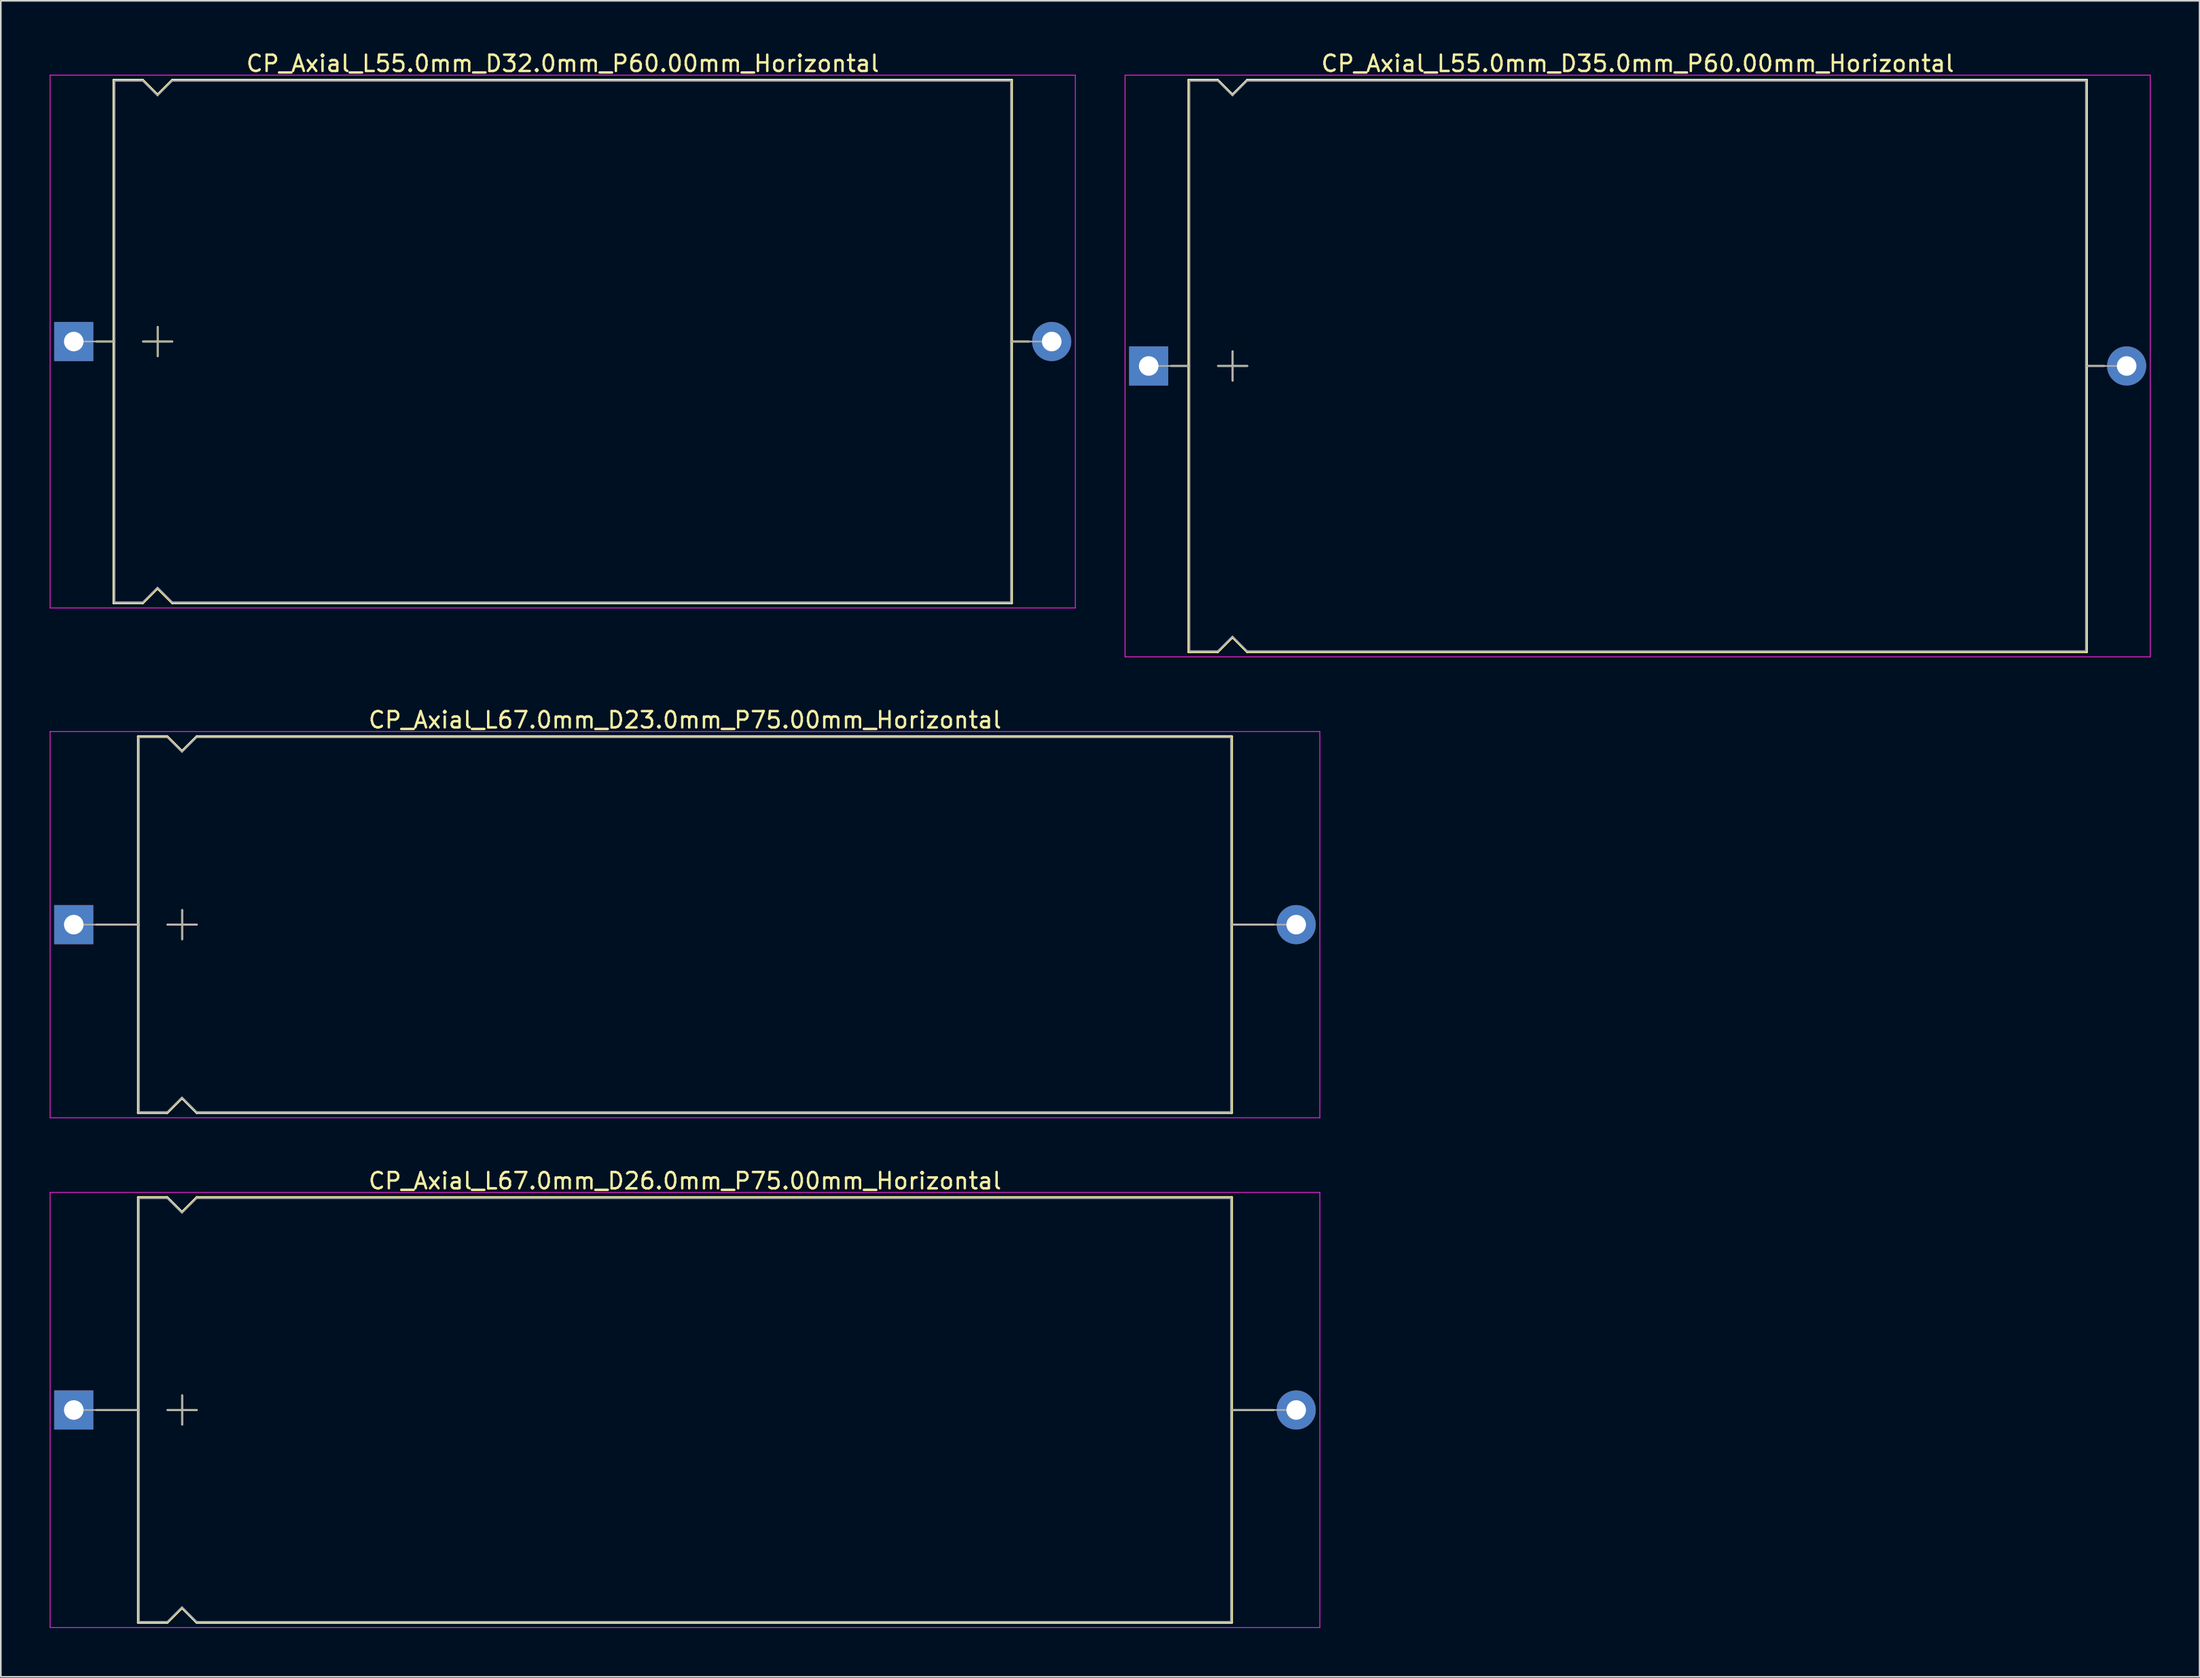
<source format=kicad_pcb>
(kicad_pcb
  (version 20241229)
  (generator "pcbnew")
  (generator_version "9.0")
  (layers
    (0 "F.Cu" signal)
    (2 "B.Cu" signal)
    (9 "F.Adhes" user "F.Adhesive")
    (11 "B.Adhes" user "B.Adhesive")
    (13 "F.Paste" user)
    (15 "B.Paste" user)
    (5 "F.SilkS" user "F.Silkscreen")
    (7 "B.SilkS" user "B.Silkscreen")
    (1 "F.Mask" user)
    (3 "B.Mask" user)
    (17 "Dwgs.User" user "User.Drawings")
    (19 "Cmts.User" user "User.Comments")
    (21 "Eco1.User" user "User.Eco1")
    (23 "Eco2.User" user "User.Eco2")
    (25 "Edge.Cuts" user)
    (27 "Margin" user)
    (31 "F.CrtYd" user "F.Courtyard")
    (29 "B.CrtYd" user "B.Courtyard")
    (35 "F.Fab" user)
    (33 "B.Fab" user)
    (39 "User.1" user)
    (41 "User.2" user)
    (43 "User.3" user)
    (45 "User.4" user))
  (footprint "CP_Axial_L67.0mm_D26.0mm_P75.00mm_Horizontal"
    (layer "F.Cu")
    (at 1.475 83.475)
    (property "Reference" "CP_Axial_L67.0mm_D26.0mm_P75.00mm_Horizontal" (at 37.5 -14.06 0) (layer "F.SilkS") (effects (font (size 1 1) (thickness 0.15))))
    (attr through_hole)
    (fp_line (start 1.38 0) (end 3.94 0) (stroke (width 0.12) (type solid)) (layer "F.SilkS"))
    (fp_line (start 3.94 -13.06) (end 3.94 13.06) (stroke (width 0.12) (type solid)) (layer "F.SilkS"))
    (fp_line (start 3.94 -13.06) (end 5.74 -13.06) (stroke (width 0.12) (type solid)) (layer "F.SilkS"))
    (fp_line (start 3.94 13.06) (end 5.74 13.06) (stroke (width 0.12) (type solid)) (layer "F.SilkS"))
    (fp_line (start 5.74 -13.06) (end 6.64 -12.16) (stroke (width 0.12) (type solid)) (layer "F.SilkS"))
    (fp_line (start 5.74 13.06) (end 6.64 12.16) (stroke (width 0.12) (type solid)) (layer "F.SilkS"))
    (fp_line (start 5.75 0) (end 7.55 0) (stroke (width 0.12) (type solid)) (layer "F.SilkS"))
    (fp_line (start 6.64 -12.16) (end 7.54 -13.06) (stroke (width 0.12) (type solid)) (layer "F.SilkS"))
    (fp_line (start 6.64 12.16) (end 7.54 13.06) (stroke (width 0.12) (type solid)) (layer "F.SilkS"))
    (fp_line (start 6.65 -0.9) (end 6.65 0.9) (stroke (width 0.12) (type solid)) (layer "F.SilkS"))
    (fp_line (start 7.54 -13.06) (end 71.06 -13.06) (stroke (width 0.12) (type solid)) (layer "F.SilkS"))
    (fp_line (start 7.54 13.06) (end 71.06 13.06) (stroke (width 0.12) (type solid)) (layer "F.SilkS"))
    (fp_line (start 71.06 -13.06) (end 71.06 13.06) (stroke (width 0.12) (type solid)) (layer "F.SilkS"))
    (fp_line (start 73.62 0) (end 71.06 0) (stroke (width 0.12) (type solid)) (layer "F.SilkS"))
    (fp_line (start -1.45 -13.35) (end -1.45 13.35) (stroke (width 0.05) (type solid)) (layer "F.CrtYd"))
    (fp_line (start -1.45 13.35) (end 76.45 13.35) (stroke (width 0.05) (type solid)) (layer "F.CrtYd"))
    (fp_line (start 76.45 -13.35) (end -1.45 -13.35) (stroke (width 0.05) (type solid)) (layer "F.CrtYd"))
    (fp_line (start 76.45 13.35) (end 76.45 -13.35) (stroke (width 0.05) (type solid)) (layer "F.CrtYd"))
    (fp_line (start 0 0) (end 4 0) (stroke (width 0.1) (type solid)) (layer "F.Fab"))
    (fp_line (start 4 -13) (end 4 13) (stroke (width 0.1) (type solid)) (layer "F.Fab"))
    (fp_line (start 4 -13) (end 5.74 -13) (stroke (width 0.1) (type solid)) (layer "F.Fab"))
    (fp_line (start 4 13) (end 5.74 13) (stroke (width 0.1) (type solid)) (layer "F.Fab"))
    (fp_line (start 5.74 -13) (end 6.64 -12.1) (stroke (width 0.1) (type solid)) (layer "F.Fab"))
    (fp_line (start 5.74 13) (end 6.64 12.1) (stroke (width 0.1) (type solid)) (layer "F.Fab"))
    (fp_line (start 5.75 0) (end 7.55 0) (stroke (width 0.1) (type solid)) (layer "F.Fab"))
    (fp_line (start 6.64 -12.1) (end 7.54 -13) (stroke (width 0.1) (type solid)) (layer "F.Fab"))
    (fp_line (start 6.64 12.1) (end 7.54 13) (stroke (width 0.1) (type solid)) (layer "F.Fab"))
    (fp_line (start 6.65 -0.9) (end 6.65 0.9) (stroke (width 0.1) (type solid)) (layer "F.Fab"))
    (fp_line (start 7.54 -13) (end 71 -13) (stroke (width 0.1) (type solid)) (layer "F.Fab"))
    (fp_line (start 7.54 13) (end 71 13) (stroke (width 0.1) (type solid)) (layer "F.Fab"))
    (fp_line (start 71 -13) (end 71 13) (stroke (width 0.1) (type solid)) (layer "F.Fab"))
    (fp_line (start 75 0) (end 71 0) (stroke (width 0.1) (type solid)) (layer "F.Fab"))
    (pad "1" thru_hole rect (at 0 0) (size 2.4 2.4) (drill 1.2) (layers "*.Cu" "*.Mask"))
    (pad "2" thru_hole oval (at 75 0) (size 2.4 2.4) (drill 1.2) (layers "*.Cu" "*.Mask")))
  (footprint "CP_Axial_L67.0mm_D23.0mm_P75.00mm_Horizontal"
    (layer "F.Cu")
    (at 1.475 53.691)
    (property "Reference" "CP_Axial_L67.0mm_D23.0mm_P75.00mm_Horizontal" (at 37.5 -12.56 0) (layer "F.SilkS") (effects (font (size 1 1) (thickness 0.15))))
    (attr through_hole)
    (fp_line (start 1.38 0) (end 3.94 0) (stroke (width 0.12) (type solid)) (layer "F.SilkS"))
    (fp_line (start 3.94 -11.56) (end 3.94 11.56) (stroke (width 0.12) (type solid)) (layer "F.SilkS"))
    (fp_line (start 3.94 -11.56) (end 5.74 -11.56) (stroke (width 0.12) (type solid)) (layer "F.SilkS"))
    (fp_line (start 3.94 11.56) (end 5.74 11.56) (stroke (width 0.12) (type solid)) (layer "F.SilkS"))
    (fp_line (start 5.74 -11.56) (end 6.64 -10.66) (stroke (width 0.12) (type solid)) (layer "F.SilkS"))
    (fp_line (start 5.74 11.56) (end 6.64 10.66) (stroke (width 0.12) (type solid)) (layer "F.SilkS"))
    (fp_line (start 5.75 0) (end 7.55 0) (stroke (width 0.12) (type solid)) (layer "F.SilkS"))
    (fp_line (start 6.64 -10.66) (end 7.54 -11.56) (stroke (width 0.12) (type solid)) (layer "F.SilkS"))
    (fp_line (start 6.64 10.66) (end 7.54 11.56) (stroke (width 0.12) (type solid)) (layer "F.SilkS"))
    (fp_line (start 6.65 -0.9) (end 6.65 0.9) (stroke (width 0.12) (type solid)) (layer "F.SilkS"))
    (fp_line (start 7.54 -11.56) (end 71.06 -11.56) (stroke (width 0.12) (type solid)) (layer "F.SilkS"))
    (fp_line (start 7.54 11.56) (end 71.06 11.56) (stroke (width 0.12) (type solid)) (layer "F.SilkS"))
    (fp_line (start 71.06 -11.56) (end 71.06 11.56) (stroke (width 0.12) (type solid)) (layer "F.SilkS"))
    (fp_line (start 73.62 0) (end 71.06 0) (stroke (width 0.12) (type solid)) (layer "F.SilkS"))
    (fp_line (start -1.45 -11.85) (end -1.45 11.85) (stroke (width 0.05) (type solid)) (layer "F.CrtYd"))
    (fp_line (start -1.45 11.85) (end 76.45 11.85) (stroke (width 0.05) (type solid)) (layer "F.CrtYd"))
    (fp_line (start 76.45 -11.85) (end -1.45 -11.85) (stroke (width 0.05) (type solid)) (layer "F.CrtYd"))
    (fp_line (start 76.45 11.85) (end 76.45 -11.85) (stroke (width 0.05) (type solid)) (layer "F.CrtYd"))
    (fp_line (start 0 0) (end 4 0) (stroke (width 0.1) (type solid)) (layer "F.Fab"))
    (fp_line (start 4 -11.5) (end 4 11.5) (stroke (width 0.1) (type solid)) (layer "F.Fab"))
    (fp_line (start 4 -11.5) (end 5.74 -11.5) (stroke (width 0.1) (type solid)) (layer "F.Fab"))
    (fp_line (start 4 11.5) (end 5.74 11.5) (stroke (width 0.1) (type solid)) (layer "F.Fab"))
    (fp_line (start 5.74 -11.5) (end 6.64 -10.6) (stroke (width 0.1) (type solid)) (layer "F.Fab"))
    (fp_line (start 5.74 11.5) (end 6.64 10.6) (stroke (width 0.1) (type solid)) (layer "F.Fab"))
    (fp_line (start 5.75 0) (end 7.55 0) (stroke (width 0.1) (type solid)) (layer "F.Fab"))
    (fp_line (start 6.64 -10.6) (end 7.54 -11.5) (stroke (width 0.1) (type solid)) (layer "F.Fab"))
    (fp_line (start 6.64 10.6) (end 7.54 11.5) (stroke (width 0.1) (type solid)) (layer "F.Fab"))
    (fp_line (start 6.65 -0.9) (end 6.65 0.9) (stroke (width 0.1) (type solid)) (layer "F.Fab"))
    (fp_line (start 7.54 -11.5) (end 71 -11.5) (stroke (width 0.1) (type solid)) (layer "F.Fab"))
    (fp_line (start 7.54 11.5) (end 71 11.5) (stroke (width 0.1) (type solid)) (layer "F.Fab"))
    (fp_line (start 71 -11.5) (end 71 11.5) (stroke (width 0.1) (type solid)) (layer "F.Fab"))
    (fp_line (start 75 0) (end 71 0) (stroke (width 0.1) (type solid)) (layer "F.Fab"))
    (pad "1" thru_hole rect (at 0 0) (size 2.4 2.4) (drill 1.2) (layers "*.Cu" "*.Mask"))
    (pad "2" thru_hole oval (at 75 0) (size 2.4 2.4) (drill 1.2) (layers "*.Cu" "*.Mask")))
  (footprint "CP_Axial_L55.0mm_D35.0mm_P60.00mm_Horizontal"
    (layer "F.Cu")
    (at 67.425 19.408)
    (property "Reference" "CP_Axial_L55.0mm_D35.0mm_P60.00mm_Horizontal" (at 30 -18.56 0) (layer "F.SilkS") (effects (font (size 1 1) (thickness 0.15))))
    (attr through_hole)
    (fp_line (start 1.38 0) (end 2.44 0) (stroke (width 0.12) (type solid)) (layer "F.SilkS"))
    (fp_line (start 2.44 -17.56) (end 2.44 17.56) (stroke (width 0.12) (type solid)) (layer "F.SilkS"))
    (fp_line (start 2.44 -17.56) (end 4.24 -17.56) (stroke (width 0.12) (type solid)) (layer "F.SilkS"))
    (fp_line (start 2.44 17.56) (end 4.24 17.56) (stroke (width 0.12) (type solid)) (layer "F.SilkS"))
    (fp_line (start 4.24 -17.56) (end 5.14 -16.66) (stroke (width 0.12) (type solid)) (layer "F.SilkS"))
    (fp_line (start 4.24 17.56) (end 5.14 16.66) (stroke (width 0.12) (type solid)) (layer "F.SilkS"))
    (fp_line (start 4.25 0) (end 6.05 0) (stroke (width 0.12) (type solid)) (layer "F.SilkS"))
    (fp_line (start 5.14 -16.66) (end 6.04 -17.56) (stroke (width 0.12) (type solid)) (layer "F.SilkS"))
    (fp_line (start 5.14 16.66) (end 6.04 17.56) (stroke (width 0.12) (type solid)) (layer "F.SilkS"))
    (fp_line (start 5.15 -0.9) (end 5.15 0.9) (stroke (width 0.12) (type solid)) (layer "F.SilkS"))
    (fp_line (start 6.04 -17.56) (end 57.56 -17.56) (stroke (width 0.12) (type solid)) (layer "F.SilkS"))
    (fp_line (start 6.04 17.56) (end 57.56 17.56) (stroke (width 0.12) (type solid)) (layer "F.SilkS"))
    (fp_line (start 57.56 -17.56) (end 57.56 17.56) (stroke (width 0.12) (type solid)) (layer "F.SilkS"))
    (fp_line (start 58.62 0) (end 57.56 0) (stroke (width 0.12) (type solid)) (layer "F.SilkS"))
    (fp_line (start -1.45 -17.85) (end -1.45 17.85) (stroke (width 0.05) (type solid)) (layer "F.CrtYd"))
    (fp_line (start -1.45 17.85) (end 61.45 17.85) (stroke (width 0.05) (type solid)) (layer "F.CrtYd"))
    (fp_line (start 61.45 -17.85) (end -1.45 -17.85) (stroke (width 0.05) (type solid)) (layer "F.CrtYd"))
    (fp_line (start 61.45 17.85) (end 61.45 -17.85) (stroke (width 0.05) (type solid)) (layer "F.CrtYd"))
    (fp_line (start 0 0) (end 2.5 0) (stroke (width 0.1) (type solid)) (layer "F.Fab"))
    (fp_line (start 2.5 -17.5) (end 2.5 17.5) (stroke (width 0.1) (type solid)) (layer "F.Fab"))
    (fp_line (start 2.5 -17.5) (end 4.24 -17.5) (stroke (width 0.1) (type solid)) (layer "F.Fab"))
    (fp_line (start 2.5 17.5) (end 4.24 17.5) (stroke (width 0.1) (type solid)) (layer "F.Fab"))
    (fp_line (start 4.24 -17.5) (end 5.14 -16.6) (stroke (width 0.1) (type solid)) (layer "F.Fab"))
    (fp_line (start 4.24 17.5) (end 5.14 16.6) (stroke (width 0.1) (type solid)) (layer "F.Fab"))
    (fp_line (start 4.25 0) (end 6.05 0) (stroke (width 0.1) (type solid)) (layer "F.Fab"))
    (fp_line (start 5.14 -16.6) (end 6.04 -17.5) (stroke (width 0.1) (type solid)) (layer "F.Fab"))
    (fp_line (start 5.14 16.6) (end 6.04 17.5) (stroke (width 0.1) (type solid)) (layer "F.Fab"))
    (fp_line (start 5.15 -0.9) (end 5.15 0.9) (stroke (width 0.1) (type solid)) (layer "F.Fab"))
    (fp_line (start 6.04 -17.5) (end 57.5 -17.5) (stroke (width 0.1) (type solid)) (layer "F.Fab"))
    (fp_line (start 6.04 17.5) (end 57.5 17.5) (stroke (width 0.1) (type solid)) (layer "F.Fab"))
    (fp_line (start 57.5 -17.5) (end 57.5 17.5) (stroke (width 0.1) (type solid)) (layer "F.Fab"))
    (fp_line (start 60 0) (end 57.5 0) (stroke (width 0.1) (type solid)) (layer "F.Fab"))
    (pad "1" thru_hole rect (at 0 0) (size 2.4 2.4) (drill 1.2) (layers "*.Cu" "*.Mask"))
    (pad "2" thru_hole oval (at 60 0) (size 2.4 2.4) (drill 1.2) (layers "*.Cu" "*.Mask")))
  (footprint "CP_Axial_L55.0mm_D32.0mm_P60.00mm_Horizontal"
    (layer "F.Cu")
    (at 1.475 17.908)
    (property "Reference" "CP_Axial_L55.0mm_D32.0mm_P60.00mm_Horizontal" (at 30 -17.06 0) (layer "F.SilkS") (effects (font (size 1 1) (thickness 0.15))))
    (attr through_hole)
    (fp_line (start 1.38 0) (end 2.44 0) (stroke (width 0.12) (type solid)) (layer "F.SilkS"))
    (fp_line (start 2.44 -16.06) (end 2.44 16.06) (stroke (width 0.12) (type solid)) (layer "F.SilkS"))
    (fp_line (start 2.44 -16.06) (end 4.24 -16.06) (stroke (width 0.12) (type solid)) (layer "F.SilkS"))
    (fp_line (start 2.44 16.06) (end 4.24 16.06) (stroke (width 0.12) (type solid)) (layer "F.SilkS"))
    (fp_line (start 4.24 -16.06) (end 5.14 -15.16) (stroke (width 0.12) (type solid)) (layer "F.SilkS"))
    (fp_line (start 4.24 16.06) (end 5.14 15.16) (stroke (width 0.12) (type solid)) (layer "F.SilkS"))
    (fp_line (start 4.25 0) (end 6.05 0) (stroke (width 0.12) (type solid)) (layer "F.SilkS"))
    (fp_line (start 5.14 -15.16) (end 6.04 -16.06) (stroke (width 0.12) (type solid)) (layer "F.SilkS"))
    (fp_line (start 5.14 15.16) (end 6.04 16.06) (stroke (width 0.12) (type solid)) (layer "F.SilkS"))
    (fp_line (start 5.15 -0.9) (end 5.15 0.9) (stroke (width 0.12) (type solid)) (layer "F.SilkS"))
    (fp_line (start 6.04 -16.06) (end 57.56 -16.06) (stroke (width 0.12) (type solid)) (layer "F.SilkS"))
    (fp_line (start 6.04 16.06) (end 57.56 16.06) (stroke (width 0.12) (type solid)) (layer "F.SilkS"))
    (fp_line (start 57.56 -16.06) (end 57.56 16.06) (stroke (width 0.12) (type solid)) (layer "F.SilkS"))
    (fp_line (start 58.62 0) (end 57.56 0) (stroke (width 0.12) (type solid)) (layer "F.SilkS"))
    (fp_line (start -1.45 -16.35) (end -1.45 16.35) (stroke (width 0.05) (type solid)) (layer "F.CrtYd"))
    (fp_line (start -1.45 16.35) (end 61.45 16.35) (stroke (width 0.05) (type solid)) (layer "F.CrtYd"))
    (fp_line (start 61.45 -16.35) (end -1.45 -16.35) (stroke (width 0.05) (type solid)) (layer "F.CrtYd"))
    (fp_line (start 61.45 16.35) (end 61.45 -16.35) (stroke (width 0.05) (type solid)) (layer "F.CrtYd"))
    (fp_line (start 0 0) (end 2.5 0) (stroke (width 0.1) (type solid)) (layer "F.Fab"))
    (fp_line (start 2.5 -16) (end 2.5 16) (stroke (width 0.1) (type solid)) (layer "F.Fab"))
    (fp_line (start 2.5 -16) (end 4.24 -16) (stroke (width 0.1) (type solid)) (layer "F.Fab"))
    (fp_line (start 2.5 16) (end 4.24 16) (stroke (width 0.1) (type solid)) (layer "F.Fab"))
    (fp_line (start 4.24 -16) (end 5.14 -15.1) (stroke (width 0.1) (type solid)) (layer "F.Fab"))
    (fp_line (start 4.24 16) (end 5.14 15.1) (stroke (width 0.1) (type solid)) (layer "F.Fab"))
    (fp_line (start 4.25 0) (end 6.05 0) (stroke (width 0.1) (type solid)) (layer "F.Fab"))
    (fp_line (start 5.14 -15.1) (end 6.04 -16) (stroke (width 0.1) (type solid)) (layer "F.Fab"))
    (fp_line (start 5.14 15.1) (end 6.04 16) (stroke (width 0.1) (type solid)) (layer "F.Fab"))
    (fp_line (start 5.15 -0.9) (end 5.15 0.9) (stroke (width 0.1) (type solid)) (layer "F.Fab"))
    (fp_line (start 6.04 -16) (end 57.5 -16) (stroke (width 0.1) (type solid)) (layer "F.Fab"))
    (fp_line (start 6.04 16) (end 57.5 16) (stroke (width 0.1) (type solid)) (layer "F.Fab"))
    (fp_line (start 57.5 -16) (end 57.5 16) (stroke (width 0.1) (type solid)) (layer "F.Fab"))
    (fp_line (start 60 0) (end 57.5 0) (stroke (width 0.1) (type solid)) (layer "F.Fab"))
    (pad "1" thru_hole rect (at 0 0) (size 2.4 2.4) (drill 1.2) (layers "*.Cu" "*.Mask"))
    (pad "2" thru_hole oval (at 60 0) (size 2.4 2.4) (drill 1.2) (layers "*.Cu" "*.Mask")))
  (gr_rect
    (start -3 -3)
    (end 131.9 99.85)
    (stroke (width 0.1) (type default))
    (fill no)
    (layer "Edge.Cuts")))
</source>
